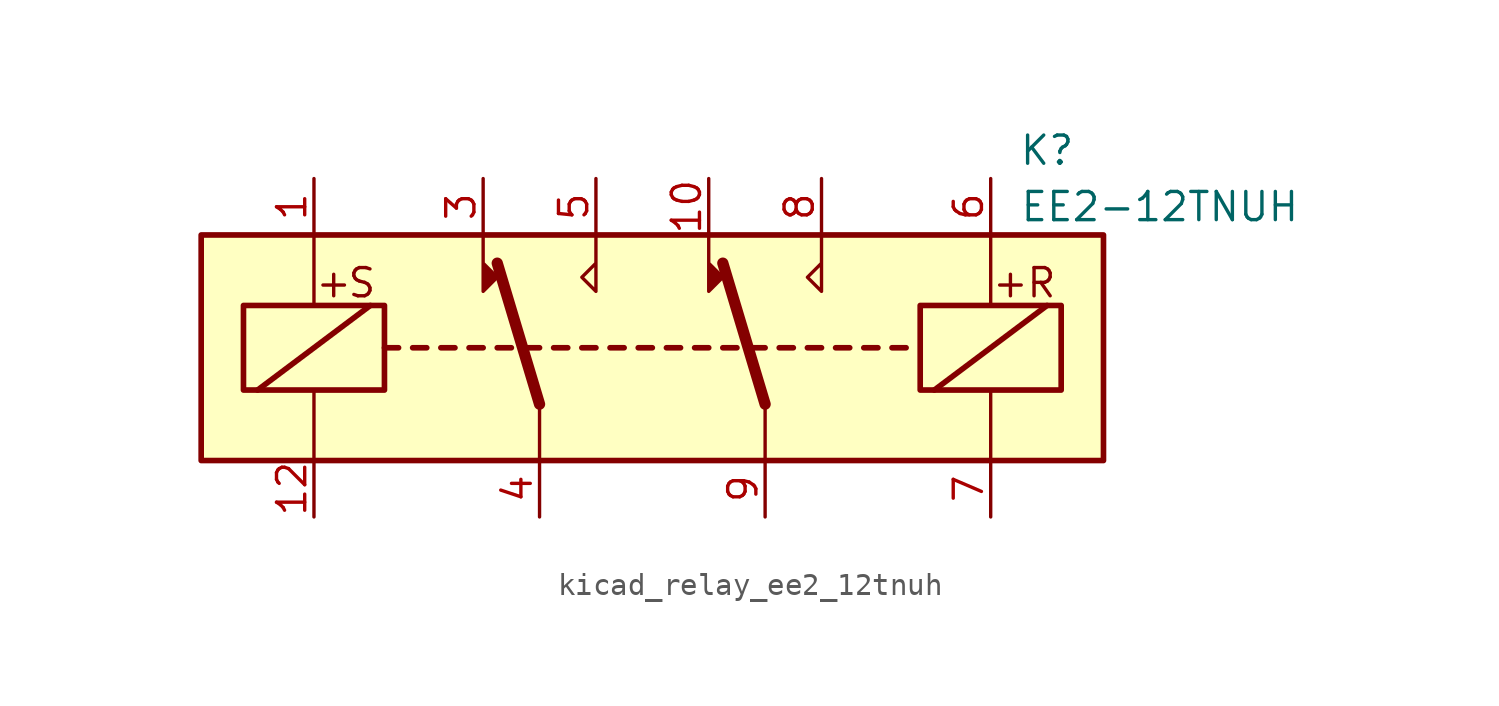
<source format=kicad_sym>
(kicad_symbol_lib
  (version 20220914)
  (generator kicad_symbol_editor)
  (symbol "kicad_relay_ee2_12tnuh"
    (property "Reference" "K"
      (at 17.78 8.89 0)
      (effects (font (size 1.27 1.27))))
    (property "Value" "EE2-12TNUH"
      (at 22.86 6.35 0)
      (effects (font (size 1.27 1.27))))
    (symbol "kicad_relay_ee2_12tnuh_1_1"
      (rectangle (start -20.32 5.08) (end 20.32 -5.08) (stroke (width 0.254) (type default)) (fill (type background)))
      (rectangle (start -18.415 1.905) (end -12.065 -1.905) (stroke (width 0.254) (type default)) (fill (type none)))
      (polyline (pts (xy -17.78 -1.905) (xy -12.7 1.905)) (stroke (width 0.254) (type default)) (fill (type none)))
      (polyline (pts (xy -15.24 -5.08) (xy -15.24 -1.905)) (stroke (width 0) (type default)) (fill (type none)))
      (polyline (pts (xy -15.24 5.08) (xy -15.24 1.905)) (stroke (width 0) (type default)) (fill (type none)))
      (polyline (pts (xy -12.065 0) (xy -11.43 0)) (stroke (width 0.254) (type default)) (fill (type none)))
      (polyline (pts (xy -10.795 0) (xy -10.16 0)) (stroke (width 0.254) (type default)) (fill (type none)))
      (polyline (pts (xy -9.525 0) (xy -8.89 0)) (stroke (width 0.254) (type default)) (fill (type none)))
      (polyline (pts (xy -8.255 0) (xy -7.62 0)) (stroke (width 0.254) (type default)) (fill (type none)))
      (polyline (pts (xy -6.985 0) (xy -6.35 0)) (stroke (width 0.254) (type default)) (fill (type none)))
      (polyline (pts (xy -5.715 0) (xy -5.08 0)) (stroke (width 0.254) (type default)) (fill (type none)))
      (polyline (pts (xy -5.08 -2.54) (xy -6.985 3.81)) (stroke (width 0.508) (type default)) (fill (type none)))
      (polyline (pts (xy -5.08 -2.54) (xy -5.08 -5.08)) (stroke (width 0) (type default)) (fill (type none)))
      (polyline (pts (xy -4.445 0) (xy -3.81 0)) (stroke (width 0.254) (type default)) (fill (type none)))
      (polyline (pts (xy -3.175 0) (xy -2.54 0)) (stroke (width 0.254) (type default)) (fill (type none)))
      (polyline (pts (xy -1.905 0) (xy -1.27 0)) (stroke (width 0.254) (type default)) (fill (type none)))
      (polyline (pts (xy -0.635 0) (xy 0 0)) (stroke (width 0.254) (type default)) (fill (type none)))
      (polyline (pts (xy 0.635 0) (xy 1.27 0)) (stroke (width 0.254) (type default)) (fill (type none)))
      (polyline (pts (xy 1.905 0) (xy 2.54 0)) (stroke (width 0.254) (type default)) (fill (type none)))
      (polyline (pts (xy 3.175 0) (xy 3.81 0)) (stroke (width 0.254) (type default)) (fill (type none)))
      (polyline (pts (xy 4.445 0) (xy 5.08 0)) (stroke (width 0.254) (type default)) (fill (type none)))
      (polyline (pts (xy 5.08 -2.54) (xy 3.175 3.81)) (stroke (width 0.508) (type default)) (fill (type none)))
      (polyline (pts (xy 5.08 -2.54) (xy 5.08 -5.08)) (stroke (width 0) (type default)) (fill (type none)))
      (polyline (pts (xy 5.715 0) (xy 6.35 0)) (stroke (width 0.254) (type default)) (fill (type none)))
      (polyline (pts (xy 6.985 0) (xy 7.62 0)) (stroke (width 0.254) (type default)) (fill (type none)))
      (polyline (pts (xy 8.255 0) (xy 8.89 0)) (stroke (width 0.254) (type default)) (fill (type none)))
      (polyline (pts (xy 9.525 0) (xy 10.16 0)) (stroke (width 0.254) (type default)) (fill (type none)))
      (polyline (pts (xy 10.795 0) (xy 11.43 0)) (stroke (width 0.254) (type default)) (fill (type none)))
      (polyline (pts (xy 12.7 -1.905) (xy 17.78 1.905)) (stroke (width 0.254) (type default)) (fill (type none)))
      (polyline (pts (xy 15.24 -5.08) (xy 15.24 -1.905)) (stroke (width 0) (type default)) (fill (type none)))
      (polyline (pts (xy 15.24 5.08) (xy 15.24 1.905)) (stroke (width 0) (type default)) (fill (type none)))
      (polyline (pts (xy -7.62 5.08) (xy -7.62 2.54) (xy -6.985 3.175) (xy -7.62 3.81)) (stroke (width 0) (type default)) (fill (type outline)))
      (polyline (pts (xy -2.54 5.08) (xy -2.54 2.54) (xy -3.175 3.175) (xy -2.54 3.81)) (stroke (width 0) (type default)) (fill (type none)))
      (polyline (pts (xy 2.54 5.08) (xy 2.54 2.54) (xy 3.175 3.175) (xy 2.54 3.81)) (stroke (width 0) (type default)) (fill (type outline)))
      (polyline (pts (xy 7.62 5.08) (xy 7.62 2.54) (xy 6.985 3.175) (xy 7.62 3.81)) (stroke (width 0) (type default)) (fill (type none)))
      (rectangle (start 12.065 1.905) (end 18.415 -1.905) (stroke (width 0.254) (type default)) (fill (type none)))
      (text "+" (at -14.351 2.921 0) (effects (font (size 1.27 1.27))))
      (text "+" (at 16.129 2.921 0) (effects (font (size 1.27 1.27))))
      (text "R" (at 17.526 2.921 0) (effects (font (size 1.27 1.27))))
      (text "S" (at -13.081 2.921 0) (effects (font (size 1.27 1.27))))
      (pin passive line (at -15.24 7.62 270) (length 2.54) (name "~" (effects (font (size 1.27 1.27)))) (number "1" (effects (font (size 1.27 1.27)))))
      (pin passive line (at 2.54 7.62 270) (length 2.54) (name "~" (effects (font (size 1.27 1.27)))) (number "10" (effects (font (size 1.27 1.27)))))
      (pin passive line (at -15.24 -7.62 90) (length 2.54) (name "~" (effects (font (size 1.27 1.27)))) (number "12" (effects (font (size 1.27 1.27)))))
      (pin passive line (at -7.62 7.62 270) (length 2.54) (name "~" (effects (font (size 1.27 1.27)))) (number "3" (effects (font (size 1.27 1.27)))))
      (pin passive line (at -5.08 -7.62 90) (length 2.54) (name "~" (effects (font (size 1.27 1.27)))) (number "4" (effects (font (size 1.27 1.27)))))
      (pin passive line (at -2.54 7.62 270) (length 2.54) (name "~" (effects (font (size 1.27 1.27)))) (number "5" (effects (font (size 1.27 1.27)))))
      (pin passive line (at 15.24 7.62 270) (length 2.54) (name "~" (effects (font (size 1.27 1.27)))) (number "6" (effects (font (size 1.27 1.27)))))
      (pin passive line (at 15.24 -7.62 90) (length 2.54) (name "~" (effects (font (size 1.27 1.27)))) (number "7" (effects (font (size 1.27 1.27)))))
      (pin passive line (at 7.62 7.62 270) (length 2.54) (name "~" (effects (font (size 1.27 1.27)))) (number "8" (effects (font (size 1.27 1.27)))))
      (pin passive line (at 5.08 -7.62 90) (length 2.54) (name "~" (effects (font (size 1.27 1.27)))) (number "9" (effects (font (size 1.27 1.27))))))))
</source>
